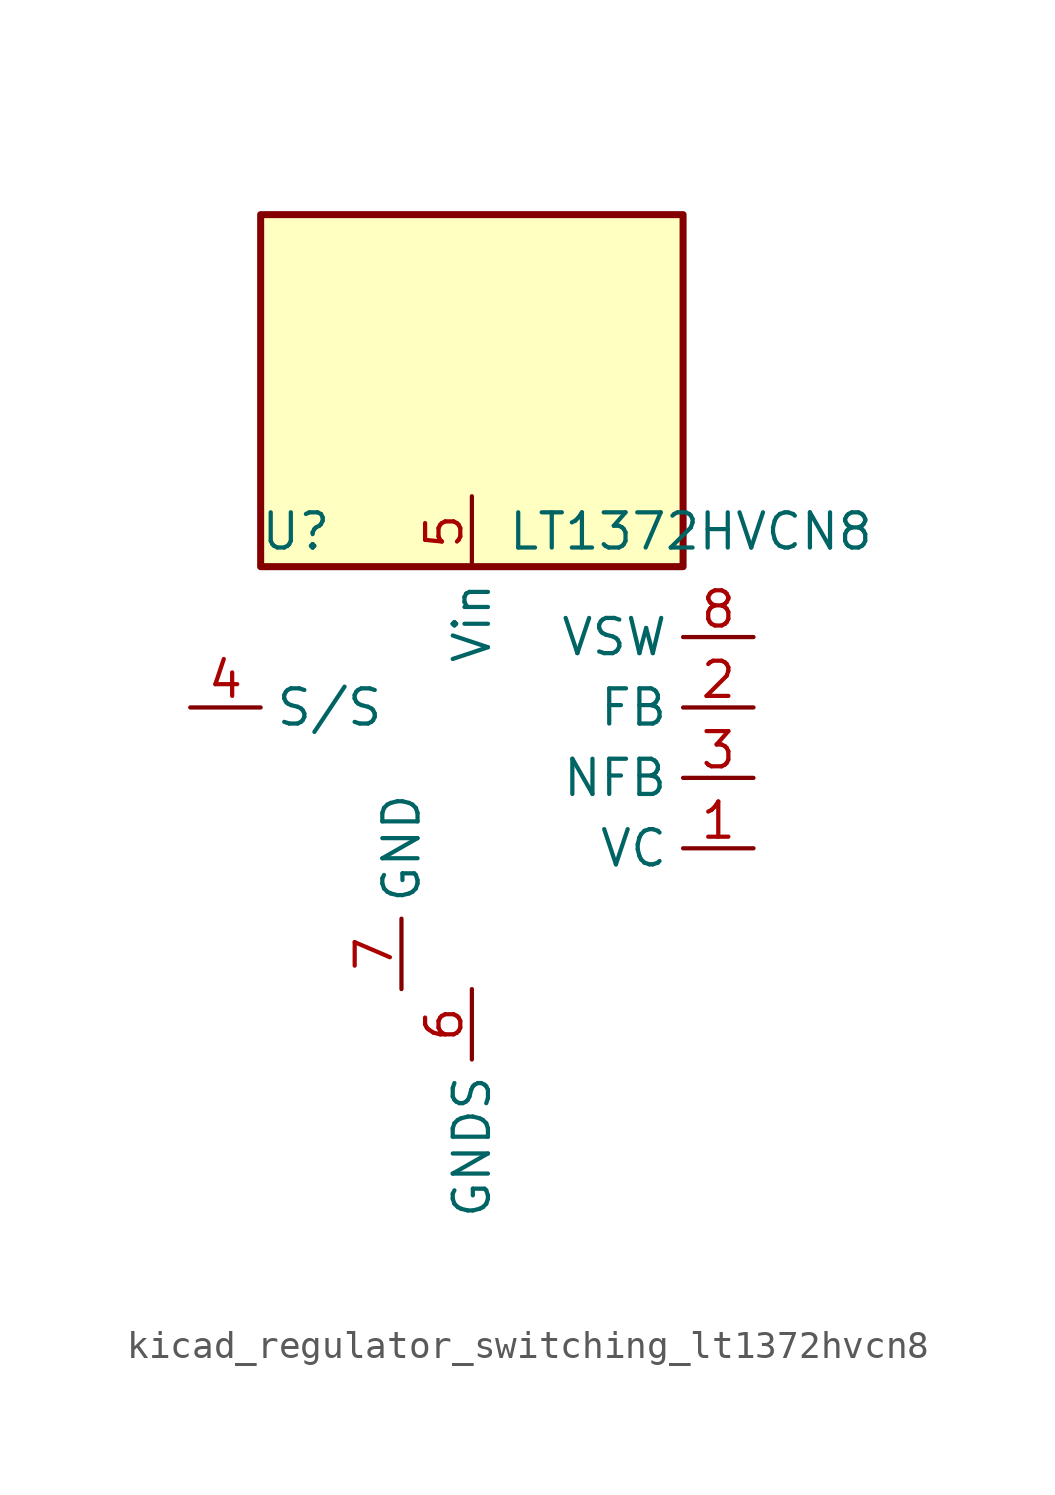
<source format=kicad_sym>
(kicad_symbol_lib
  (version 20220914)
  (generator kicad_symbol_editor)
  (symbol "kicad_regulator_switching_lt1372hvcn8"
    (property "Reference" "U"
      (at -6.35 8.89 0)
      (effects (font (size 1.27 1.27))))
    (property "Value" "LT1372HVCN8"
      (at 1.27 8.89 0)
      (effects (font (size 1.27 1.27)) (justify left)))
    (symbol "kicad_regulator_switching_lt1372hvcn8_0_1"
      (rectangle (start 7.62 20.32) (end -7.62 7.62) (stroke (width 0.254) (type default)) (fill (type background))))
    (symbol "kicad_regulator_switching_lt1372hvcn8_1_1"
      (pin passive line (at 10.16 -2.54 180) (length 2.54) (name "VC" (effects (font (size 1.27 1.27)))) (number "1" (effects (font (size 1.27 1.27)))))
      (pin passive line (at 10.16 2.54 180) (length 2.54) (name "FB" (effects (font (size 1.27 1.27)))) (number "2" (effects (font (size 1.27 1.27)))))
      (pin input line (at 10.16 0 180) (length 2.54) (name "NFB" (effects (font (size 1.27 1.27)))) (number "3" (effects (font (size 1.27 1.27)))))
      (pin input line (at -10.16 2.54 0) (length 2.54) (name "S/S" (effects (font (size 1.27 1.27)))) (number "4" (effects (font (size 1.27 1.27)))))
      (pin power_in line (at 0 10.16 270) (length 2.54) (name "Vin" (effects (font (size 1.27 1.27)))) (number "5" (effects (font (size 1.27 1.27)))))
      (pin power_in line (at 0 -7.62 270) (length 2.54) (name "GNDS" (effects (font (size 1.27 1.27)))) (number "6" (effects (font (size 1.27 1.27)))))
      (pin power_in line (at -2.54 -7.62 90) (length 2.54) (name "GND" (effects (font (size 1.27 1.27)))) (number "7" (effects (font (size 1.27 1.27)))))
      (pin output line (at 10.16 5.08 180) (length 2.54) (name "VSW" (effects (font (size 1.27 1.27)))) (number "8" (effects (font (size 1.27 1.27))))))))
</source>
